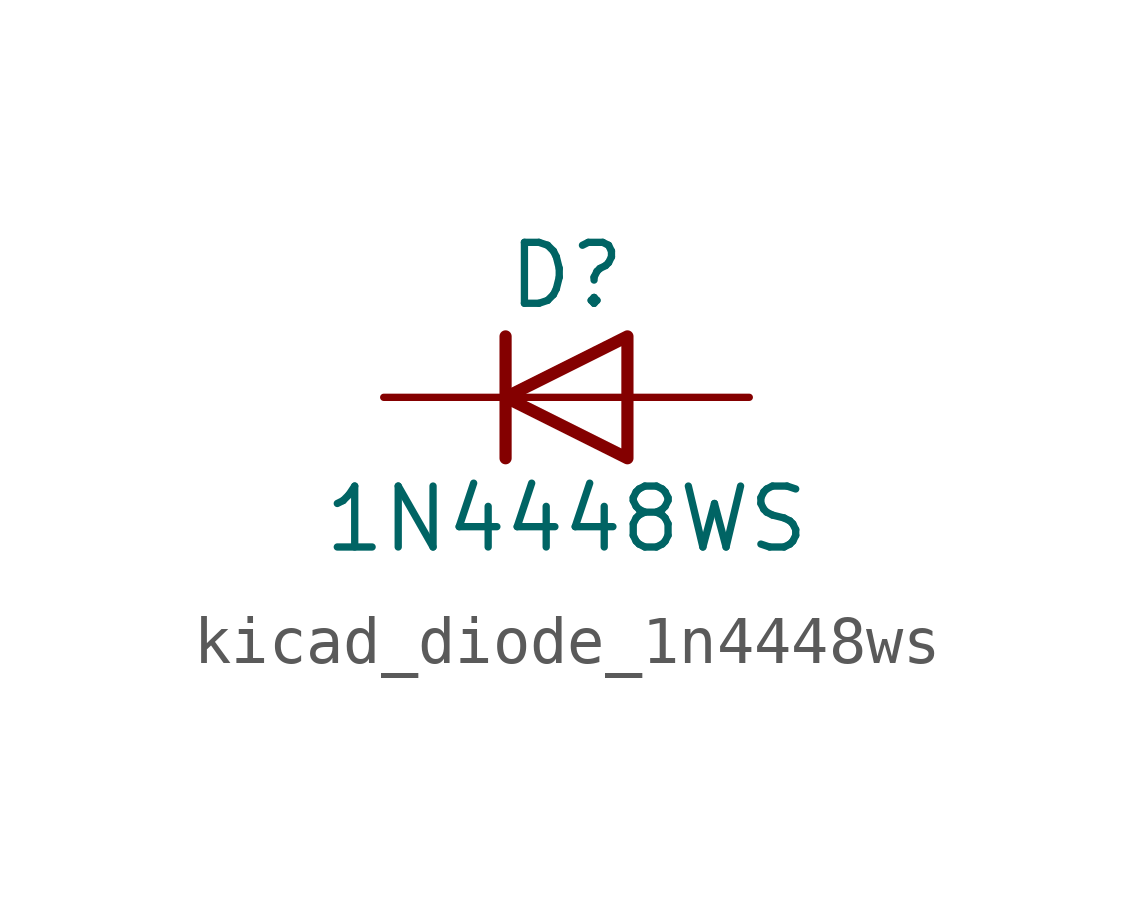
<source format=kicad_sym>
(kicad_symbol_lib
  (version 20220914)
  (generator kicad_symbol_editor)
  (symbol "kicad_diode_1n4448ws"
    (pin_numbers hide)
    (pin_names hide)
    (property "Reference" "D"
      (at 0 2.54 0)
      (effects (font (size 1.27 1.27))))
    (property "Value" "1N4448WS"
      (at 0 -2.54 0)
      (effects (font (size 1.27 1.27))))
    (symbol "kicad_diode_1n4448ws_0_1"
      (polyline (pts (xy -1.27 1.27) (xy -1.27 -1.27)) (stroke (width 0.254) (type default)) (fill (type none)))
      (polyline (pts (xy 1.27 0) (xy -1.27 0)) (stroke (width 0) (type default)) (fill (type none)))
      (polyline (pts (xy 1.27 1.27) (xy 1.27 -1.27) (xy -1.27 0) (xy 1.27 1.27)) (stroke (width 0.254) (type default)) (fill (type none))))
    (symbol "kicad_diode_1n4448ws_1_1"
      (pin passive line (at -3.81 0 0) (length 2.54) (name "K" (effects (font (size 1.27 1.27)))) (number "1" (effects (font (size 1.27 1.27)))))
      (pin passive line (at 3.81 0 180) (length 2.54) (name "A" (effects (font (size 1.27 1.27)))) (number "2" (effects (font (size 1.27 1.27))))))))
</source>
